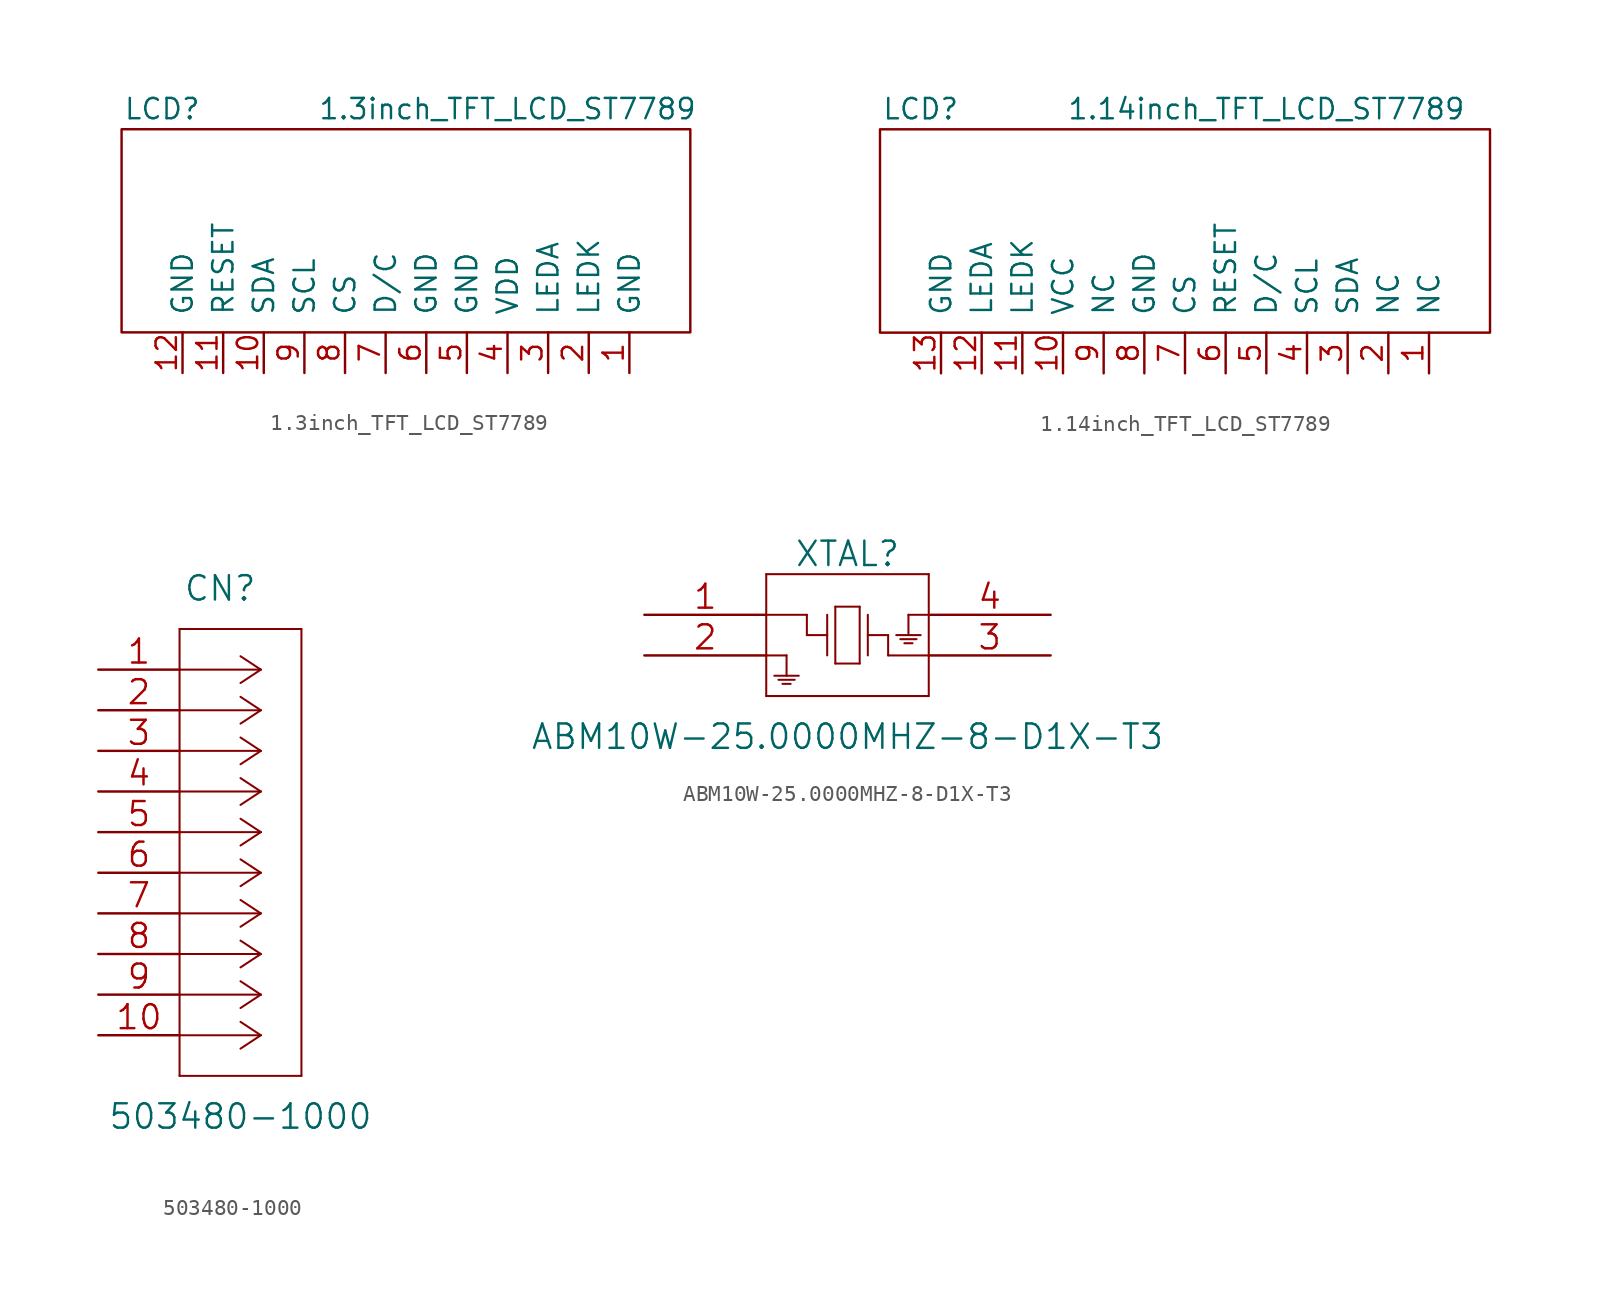
<source format=kicad_sym>
(kicad_symbol_lib
  (version 20211014)
  (generator kicad_symbol_editor)
  (symbol "1.3inch_TFT_LCD_ST7789"
    (pin_names
      (offset 1.016))
    (property "Reference" "LCD"
      (at 2.54 13.97 0)
      (effects (font (size 1.27 1.27))))
    (property "Value" "1.3inch_TFT_LCD_ST7789"
      (at 24.13 13.97 0)
      (effects (font (size 1.27 1.27))))
    (symbol "1.3inch_TFT_LCD_ST7789_0_1"
      (rectangle (start 0 0) (end 35.56 12.7) (stroke (width 0) (type default) (color 0 0 0 0)) (fill (type none))))
    (symbol "1.3inch_TFT_LCD_ST7789_1_1"
      (pin power_out line (at 31.75 -2.54 90) (length 2.54) (name "GND" (effects (font (size 1.27 1.27)))) (number "1" (effects (font (size 1.27 1.27)))))
      (pin input line (at 8.89 -2.54 90) (length 2.54) (name "SDA" (effects (font (size 1.27 1.27)))) (number "10" (effects (font (size 1.27 1.27)))))
      (pin input line (at 6.35 -2.54 90) (length 2.54) (name "RESET" (effects (font (size 1.27 1.27)))) (number "11" (effects (font (size 1.27 1.27)))))
      (pin power_out line (at 3.81 -2.54 90) (length 2.54) (name "GND" (effects (font (size 1.27 1.27)))) (number "12" (effects (font (size 1.27 1.27)))))
      (pin power_out line (at 29.21 -2.54 90) (length 2.54) (name "LEDK" (effects (font (size 1.27 1.27)))) (number "2" (effects (font (size 1.27 1.27)))))
      (pin power_in line (at 26.67 -2.54 90) (length 2.54) (name "LEDA" (effects (font (size 1.27 1.27)))) (number "3" (effects (font (size 1.27 1.27)))))
      (pin power_in line (at 24.13 -2.54 90) (length 2.54) (name "VDD" (effects (font (size 1.27 1.27)))) (number "4" (effects (font (size 1.27 1.27)))))
      (pin power_out line (at 21.59 -2.54 90) (length 2.54) (name "GND" (effects (font (size 1.27 1.27)))) (number "5" (effects (font (size 1.27 1.27)))))
      (pin power_out line (at 19.05 -2.54 90) (length 2.54) (name "GND" (effects (font (size 1.27 1.27)))) (number "6" (effects (font (size 1.27 1.27)))))
      (pin input line (at 16.51 -2.54 90) (length 2.54) (name "D/C" (effects (font (size 1.27 1.27)))) (number "7" (effects (font (size 1.27 1.27)))))
      (pin input line (at 13.97 -2.54 90) (length 2.54) (name "CS" (effects (font (size 1.27 1.27)))) (number "8" (effects (font (size 1.27 1.27)))))
      (pin input line (at 11.43 -2.54 90) (length 2.54) (name "SCL" (effects (font (size 1.27 1.27)))) (number "9" (effects (font (size 1.27 1.27)))))))
  (symbol "1.14inch_TFT_LCD_ST7789"
    (pin_names
      (offset 1.016))
    (property "Reference" "LCD"
      (at 2.54 13.97 0)
      (effects (font (size 1.27 1.27))))
    (property "Value" "1.14inch_TFT_LCD_ST7789"
      (at 24.13 13.97 0)
      (effects (font (size 1.27 1.27))))
    (symbol "1.14inch_TFT_LCD_ST7789_0_1"
      (rectangle (start 0 12.7) (end 38.1 0) (stroke (width 0) (type default) (color 0 0 0 0)) (fill (type none))))
    (symbol "1.14inch_TFT_LCD_ST7789_1_1"
      (pin power_out line (at 34.29 -2.54 90) (length 2.54) (name "NC" (effects (font (size 1.27 1.27)))) (number "1" (effects (font (size 1.27 1.27)))))
      (pin input line (at 11.43 -2.54 90) (length 2.54) (name "VCC" (effects (font (size 1.27 1.27)))) (number "10" (effects (font (size 1.27 1.27)))))
      (pin input line (at 8.89 -2.54 90) (length 2.54) (name "LEDK" (effects (font (size 1.27 1.27)))) (number "11" (effects (font (size 1.27 1.27)))))
      (pin power_out line (at 6.35 -2.54 90) (length 2.54) (name "LEDA" (effects (font (size 1.27 1.27)))) (number "12" (effects (font (size 1.27 1.27)))))
      (pin power_out line (at 3.81 -2.54 90) (length 2.54) (name "GND" (effects (font (size 1.27 1.27)))) (number "13" (effects (font (size 1.27 1.27)))))
      (pin power_out line (at 31.75 -2.54 90) (length 2.54) (name "NC" (effects (font (size 1.27 1.27)))) (number "2" (effects (font (size 1.27 1.27)))))
      (pin power_in line (at 29.21 -2.54 90) (length 2.54) (name "SDA" (effects (font (size 1.27 1.27)))) (number "3" (effects (font (size 1.27 1.27)))))
      (pin power_in line (at 26.67 -2.54 90) (length 2.54) (name "SCL" (effects (font (size 1.27 1.27)))) (number "4" (effects (font (size 1.27 1.27)))))
      (pin power_out line (at 24.13 -2.54 90) (length 2.54) (name "D/C" (effects (font (size 1.27 1.27)))) (number "5" (effects (font (size 1.27 1.27)))))
      (pin power_out line (at 21.59 -2.54 90) (length 2.54) (name "RESET" (effects (font (size 1.27 1.27)))) (number "6" (effects (font (size 1.27 1.27)))))
      (pin input line (at 19.05 -2.54 90) (length 2.54) (name "CS" (effects (font (size 1.27 1.27)))) (number "7" (effects (font (size 1.27 1.27)))))
      (pin input line (at 16.51 -2.54 90) (length 2.54) (name "GND" (effects (font (size 1.27 1.27)))) (number "8" (effects (font (size 1.27 1.27)))))
      (pin input line (at 13.97 -2.54 90) (length 2.54) (name "NC" (effects (font (size 1.27 1.27)))) (number "9" (effects (font (size 1.27 1.27)))))))
  (symbol "503480-1000"
    (pin_names
      (offset 0.254) hide)
    (property "Reference" "CN"
      (at 7.62 5.08 0)
      (effects (font (size 1.524 1.524))))
    (property "Value" "503480-1000"
      (at 8.89 -27.94 0)
      (effects (font (size 1.524 1.524))))
    (property "Datasheet" ""
      (at 0 0 0)
      (effects (font (size 1.524 1.524))))
    (symbol "503480-1000_1_1"
      (polyline (pts (xy 5.08 -25.4) (xy 12.7 -25.4)) (stroke (width 0.127) (type default) (color 0 0 0 0)) (fill (type none)))
      (polyline (pts (xy 5.08 2.54) (xy 5.08 -25.4)) (stroke (width 0.127) (type default) (color 0 0 0 0)) (fill (type none)))
      (polyline (pts (xy 10.16 -22.86) (xy 5.08 -22.86)) (stroke (width 0.127) (type default) (color 0 0 0 0)) (fill (type none)))
      (polyline (pts (xy 10.16 -22.86) (xy 8.89 -23.698)) (stroke (width 0.127) (type default) (color 0 0 0 0)) (fill (type none)))
      (polyline (pts (xy 10.16 -22.86) (xy 8.89 -22.022)) (stroke (width 0.127) (type default) (color 0 0 0 0)) (fill (type none)))
      (polyline (pts (xy 10.16 -20.32) (xy 5.08 -20.32)) (stroke (width 0.127) (type default) (color 0 0 0 0)) (fill (type none)))
      (polyline (pts (xy 10.16 -20.32) (xy 8.89 -21.158)) (stroke (width 0.127) (type default) (color 0 0 0 0)) (fill (type none)))
      (polyline (pts (xy 10.16 -20.32) (xy 8.89 -19.482)) (stroke (width 0.127) (type default) (color 0 0 0 0)) (fill (type none)))
      (polyline (pts (xy 10.16 -17.78) (xy 5.08 -17.78)) (stroke (width 0.127) (type default) (color 0 0 0 0)) (fill (type none)))
      (polyline (pts (xy 10.16 -17.78) (xy 8.89 -18.618)) (stroke (width 0.127) (type default) (color 0 0 0 0)) (fill (type none)))
      (polyline (pts (xy 10.16 -17.78) (xy 8.89 -16.942)) (stroke (width 0.127) (type default) (color 0 0 0 0)) (fill (type none)))
      (polyline (pts (xy 10.16 -15.24) (xy 5.08 -15.24)) (stroke (width 0.127) (type default) (color 0 0 0 0)) (fill (type none)))
      (polyline (pts (xy 10.16 -15.24) (xy 8.89 -16.078)) (stroke (width 0.127) (type default) (color 0 0 0 0)) (fill (type none)))
      (polyline (pts (xy 10.16 -15.24) (xy 8.89 -14.402)) (stroke (width 0.127) (type default) (color 0 0 0 0)) (fill (type none)))
      (polyline (pts (xy 10.16 -12.7) (xy 5.08 -12.7)) (stroke (width 0.127) (type default) (color 0 0 0 0)) (fill (type none)))
      (polyline (pts (xy 10.16 -12.7) (xy 8.89 -13.538)) (stroke (width 0.127) (type default) (color 0 0 0 0)) (fill (type none)))
      (polyline (pts (xy 10.16 -12.7) (xy 8.89 -11.862)) (stroke (width 0.127) (type default) (color 0 0 0 0)) (fill (type none)))
      (polyline (pts (xy 10.16 -10.16) (xy 5.08 -10.16)) (stroke (width 0.127) (type default) (color 0 0 0 0)) (fill (type none)))
      (polyline (pts (xy 10.16 -10.16) (xy 8.89 -10.998)) (stroke (width 0.127) (type default) (color 0 0 0 0)) (fill (type none)))
      (polyline (pts (xy 10.16 -10.16) (xy 8.89 -9.322)) (stroke (width 0.127) (type default) (color 0 0 0 0)) (fill (type none)))
      (polyline (pts (xy 10.16 -7.62) (xy 5.08 -7.62)) (stroke (width 0.127) (type default) (color 0 0 0 0)) (fill (type none)))
      (polyline (pts (xy 10.16 -7.62) (xy 8.89 -8.458)) (stroke (width 0.127) (type default) (color 0 0 0 0)) (fill (type none)))
      (polyline (pts (xy 10.16 -7.62) (xy 8.89 -6.782)) (stroke (width 0.127) (type default) (color 0 0 0 0)) (fill (type none)))
      (polyline (pts (xy 10.16 -5.08) (xy 5.08 -5.08)) (stroke (width 0.127) (type default) (color 0 0 0 0)) (fill (type none)))
      (polyline (pts (xy 10.16 -5.08) (xy 8.89 -5.918)) (stroke (width 0.127) (type default) (color 0 0 0 0)) (fill (type none)))
      (polyline (pts (xy 10.16 -5.08) (xy 8.89 -4.242)) (stroke (width 0.127) (type default) (color 0 0 0 0)) (fill (type none)))
      (polyline (pts (xy 10.16 -2.54) (xy 5.08 -2.54)) (stroke (width 0.127) (type default) (color 0 0 0 0)) (fill (type none)))
      (polyline (pts (xy 10.16 -2.54) (xy 8.89 -3.378)) (stroke (width 0.127) (type default) (color 0 0 0 0)) (fill (type none)))
      (polyline (pts (xy 10.16 -2.54) (xy 8.89 -1.702)) (stroke (width 0.127) (type default) (color 0 0 0 0)) (fill (type none)))
      (polyline (pts (xy 10.16 0) (xy 5.08 0)) (stroke (width 0.127) (type default) (color 0 0 0 0)) (fill (type none)))
      (polyline (pts (xy 10.16 0) (xy 8.89 -0.838)) (stroke (width 0.127) (type default) (color 0 0 0 0)) (fill (type none)))
      (polyline (pts (xy 10.16 0) (xy 8.89 0.838)) (stroke (width 0.127) (type default) (color 0 0 0 0)) (fill (type none)))
      (polyline (pts (xy 12.7 -25.4) (xy 12.7 2.54)) (stroke (width 0.127) (type default) (color 0 0 0 0)) (fill (type none)))
      (polyline (pts (xy 12.7 2.54) (xy 5.08 2.54)) (stroke (width 0.127) (type default) (color 0 0 0 0)) (fill (type none)))
      (pin bidirectional line (at 0 0 0) (length 5.08) (name "1" (effects (font (size 1.499 1.499)))) (number "1" (effects (font (size 1.499 1.499)))))
      (pin bidirectional line (at 0 -22.86 0) (length 5.08) (name "10" (effects (font (size 1.499 1.499)))) (number "10" (effects (font (size 1.499 1.499)))))
      (pin bidirectional line (at 0 -2.54 0) (length 5.08) (name "2" (effects (font (size 1.499 1.499)))) (number "2" (effects (font (size 1.499 1.499)))))
      (pin bidirectional line (at 0 -5.08 0) (length 5.08) (name "3" (effects (font (size 1.499 1.499)))) (number "3" (effects (font (size 1.499 1.499)))))
      (pin bidirectional line (at 0 -7.62 0) (length 5.08) (name "4" (effects (font (size 1.499 1.499)))) (number "4" (effects (font (size 1.499 1.499)))))
      (pin bidirectional line (at 0 -10.16 0) (length 5.08) (name "5" (effects (font (size 1.499 1.499)))) (number "5" (effects (font (size 1.499 1.499)))))
      (pin bidirectional line (at 0 -12.7 0) (length 5.08) (name "6" (effects (font (size 1.499 1.499)))) (number "6" (effects (font (size 1.499 1.499)))))
      (pin bidirectional line (at 0 -15.24 0) (length 5.08) (name "7" (effects (font (size 1.499 1.499)))) (number "7" (effects (font (size 1.499 1.499)))))
      (pin bidirectional line (at 0 -17.78 0) (length 5.08) (name "8" (effects (font (size 1.499 1.499)))) (number "8" (effects (font (size 1.499 1.499)))))
      (pin bidirectional line (at 0 -20.32 0) (length 5.08) (name "9" (effects (font (size 1.499 1.499)))) (number "9" (effects (font (size 1.499 1.499)))))))
  (symbol "ABM10W-25.0000MHZ-8-D1X-T3"
    (pin_names
      (offset 0.254) hide)
    (property "Reference" "XTAL"
      (at 12.7 3.81 0)
      (effects (font (size 1.524 1.524))))
    (property "Value" "ABM10W-25.0000MHZ-8-D1X-T3"
      (at 12.7 -7.62 0)
      (effects (font (size 1.524 1.524))))
    (property "Datasheet" ""
      (at 0 0 0)
      (effects (font (size 1.524 1.524))))
    (symbol "ABM10W-25.0000MHZ-8-D1X-T3_1_1"
      (polyline (pts (xy 7.62 -5.08) (xy 17.78 -5.08)) (stroke (width 0.127) (type default) (color 0 0 0 0)) (fill (type none)))
      (polyline (pts (xy 7.62 -2.54) (xy 8.89 -2.54)) (stroke (width 0.127) (type default) (color 0 0 0 0)) (fill (type none)))
      (polyline (pts (xy 7.62 0) (xy 10.16 0)) (stroke (width 0.127) (type default) (color 0 0 0 0)) (fill (type none)))
      (polyline (pts (xy 7.62 2.54) (xy 7.62 -5.08)) (stroke (width 0.127) (type default) (color 0 0 0 0)) (fill (type none)))
      (polyline (pts (xy 8.128 -3.81) (xy 9.652 -3.81)) (stroke (width 0.127) (type default) (color 0 0 0 0)) (fill (type none)))
      (polyline (pts (xy 8.382 -4.064) (xy 9.398 -4.064)) (stroke (width 0.127) (type default) (color 0 0 0 0)) (fill (type none)))
      (polyline (pts (xy 8.636 -4.318) (xy 9.144 -4.318)) (stroke (width 0.127) (type default) (color 0 0 0 0)) (fill (type none)))
      (polyline (pts (xy 8.89 -2.54) (xy 8.89 -3.81)) (stroke (width 0.127) (type default) (color 0 0 0 0)) (fill (type none)))
      (polyline (pts (xy 10.16 -1.27) (xy 11.43 -1.27)) (stroke (width 0.127) (type default) (color 0 0 0 0)) (fill (type none)))
      (polyline (pts (xy 10.16 0) (xy 10.16 -1.27)) (stroke (width 0.127) (type default) (color 0 0 0 0)) (fill (type none)))
      (polyline (pts (xy 11.43 0) (xy 11.43 -2.54)) (stroke (width 0.127) (type default) (color 0 0 0 0)) (fill (type none)))
      (polyline (pts (xy 11.938 -3.048) (xy 13.462 -3.048)) (stroke (width 0.127) (type default) (color 0 0 0 0)) (fill (type none)))
      (polyline (pts (xy 11.938 0.508) (xy 11.938 -3.048)) (stroke (width 0.127) (type default) (color 0 0 0 0)) (fill (type none)))
      (polyline (pts (xy 13.462 -3.048) (xy 13.462 0.508)) (stroke (width 0.127) (type default) (color 0 0 0 0)) (fill (type none)))
      (polyline (pts (xy 13.462 0.508) (xy 11.938 0.508)) (stroke (width 0.127) (type default) (color 0 0 0 0)) (fill (type none)))
      (polyline (pts (xy 13.97 -1.27) (xy 15.24 -1.27)) (stroke (width 0.127) (type default) (color 0 0 0 0)) (fill (type none)))
      (polyline (pts (xy 13.97 0) (xy 13.97 -2.54)) (stroke (width 0.127) (type default) (color 0 0 0 0)) (fill (type none)))
      (polyline (pts (xy 15.24 -2.54) (xy 17.78 -2.54)) (stroke (width 0.127) (type default) (color 0 0 0 0)) (fill (type none)))
      (polyline (pts (xy 15.24 -1.27) (xy 15.24 -2.54)) (stroke (width 0.127) (type default) (color 0 0 0 0)) (fill (type none)))
      (polyline (pts (xy 16.51 0) (xy 16.51 -1.27)) (stroke (width 0.127) (type default) (color 0 0 0 0)) (fill (type none)))
      (polyline (pts (xy 16.764 -1.778) (xy 16.256 -1.778)) (stroke (width 0.127) (type default) (color 0 0 0 0)) (fill (type none)))
      (polyline (pts (xy 17.018 -1.524) (xy 16.002 -1.524)) (stroke (width 0.127) (type default) (color 0 0 0 0)) (fill (type none)))
      (polyline (pts (xy 17.272 -1.27) (xy 15.748 -1.27)) (stroke (width 0.127) (type default) (color 0 0 0 0)) (fill (type none)))
      (polyline (pts (xy 17.78 -5.08) (xy 17.78 2.54)) (stroke (width 0.127) (type default) (color 0 0 0 0)) (fill (type none)))
      (polyline (pts (xy 17.78 0) (xy 16.51 0)) (stroke (width 0.127) (type default) (color 0 0 0 0)) (fill (type none)))
      (polyline (pts (xy 17.78 2.54) (xy 7.62 2.54)) (stroke (width 0.127) (type default) (color 0 0 0 0)) (fill (type none)))
      (pin unspecified line (at 0 0 0) (length 7.62) (name "1" (effects (font (size 1.499 1.499)))) (number "1" (effects (font (size 1.499 1.499)))))
      (pin unspecified line (at 0 -2.54 0) (length 7.62) (name "2" (effects (font (size 1.499 1.499)))) (number "2" (effects (font (size 1.499 1.499)))))
      (pin unspecified line (at 25.4 -2.54 180) (length 7.62) (name "3" (effects (font (size 1.499 1.499)))) (number "3" (effects (font (size 1.499 1.499)))))
      (pin unspecified line (at 25.4 0 180) (length 7.62) (name "4" (effects (font (size 1.499 1.499)))) (number "4" (effects (font (size 1.499 1.499))))))))
</source>
